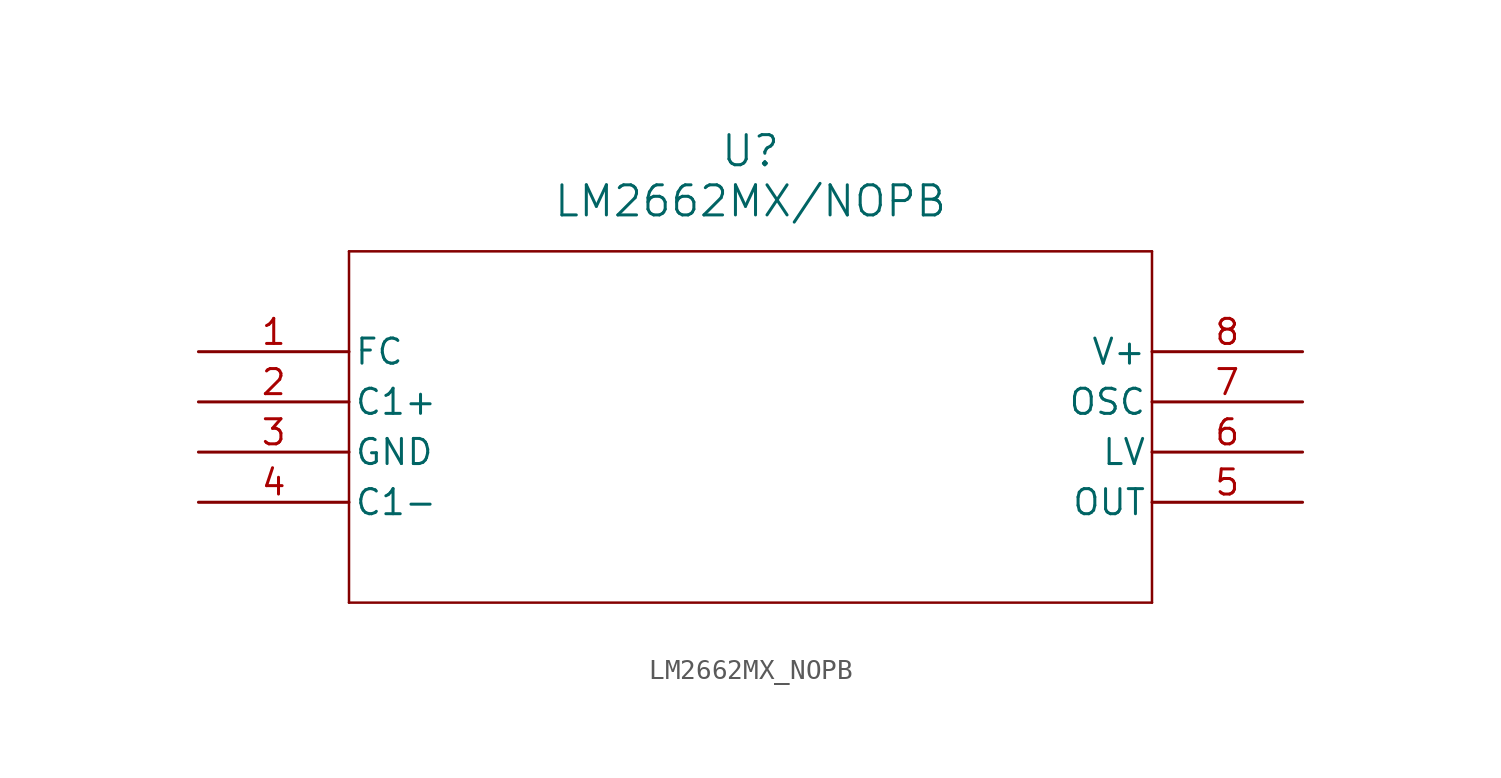
<source format=kicad_sym>
(kicad_symbol_lib
  (version 20211014)
  (generator kicad_symbol_editor)
  (symbol "LM2662MX_NOPB"
    (pin_names
      (offset 0.254))
    (property "Reference" "U"
      (at 27.94 10.16 0)
      (effects (font (size 1.524 1.524))))
    (property "Value" "LM2662MX/NOPB"
      (at 27.94 7.62 0)
      (effects (font (size 1.524 1.524))))
    (symbol "LM2662MX_NOPB_0_1"
      (polyline (pts (xy 7.62 5.08) (xy 7.62 -12.7)) (stroke (width 0.127) (type default) (color 0 0 0 0)) (fill (type none)))
      (polyline (pts (xy 7.62 -12.7) (xy 48.26 -12.7)) (stroke (width 0.127) (type default) (color 0 0 0 0)) (fill (type none)))
      (polyline (pts (xy 48.26 -12.7) (xy 48.26 5.08)) (stroke (width 0.127) (type default) (color 0 0 0 0)) (fill (type none)))
      (polyline (pts (xy 48.26 5.08) (xy 7.62 5.08)) (stroke (width 0.127) (type default) (color 0 0 0 0)) (fill (type none)))
      (pin passive line (at 0 0 0) (length 7.62) (name "FC" (effects (font (size 1.27 1.27)))) (number "1" (effects (font (size 1.27 1.27)))))
      (pin passive line (at 0 -2.54 0) (length 7.62) (name "C1+" (effects (font (size 1.27 1.27)))) (number "2" (effects (font (size 1.27 1.27)))))
      (pin passive line (at 0 -5.08 0) (length 7.62) (name "GND" (effects (font (size 1.27 1.27)))) (number "3" (effects (font (size 1.27 1.27)))))
      (pin passive line (at 0 -7.62 0) (length 7.62) (name "C1-" (effects (font (size 1.27 1.27)))) (number "4" (effects (font (size 1.27 1.27)))))
      (pin output line (at 55.88 -7.62 180) (length 7.62) (name "OUT" (effects (font (size 1.27 1.27)))) (number "5" (effects (font (size 1.27 1.27)))))
      (pin passive line (at 55.88 -5.08 180) (length 7.62) (name "LV" (effects (font (size 1.27 1.27)))) (number "6" (effects (font (size 1.27 1.27)))))
      (pin passive line (at 55.88 -2.54 180) (length 7.62) (name "OSC" (effects (font (size 1.27 1.27)))) (number "7" (effects (font (size 1.27 1.27)))))
      (pin input line (at 55.88 0 180) (length 7.62) (name "V+" (effects (font (size 1.27 1.27)))) (number "8" (effects (font (size 1.27 1.27))))))))
</source>
